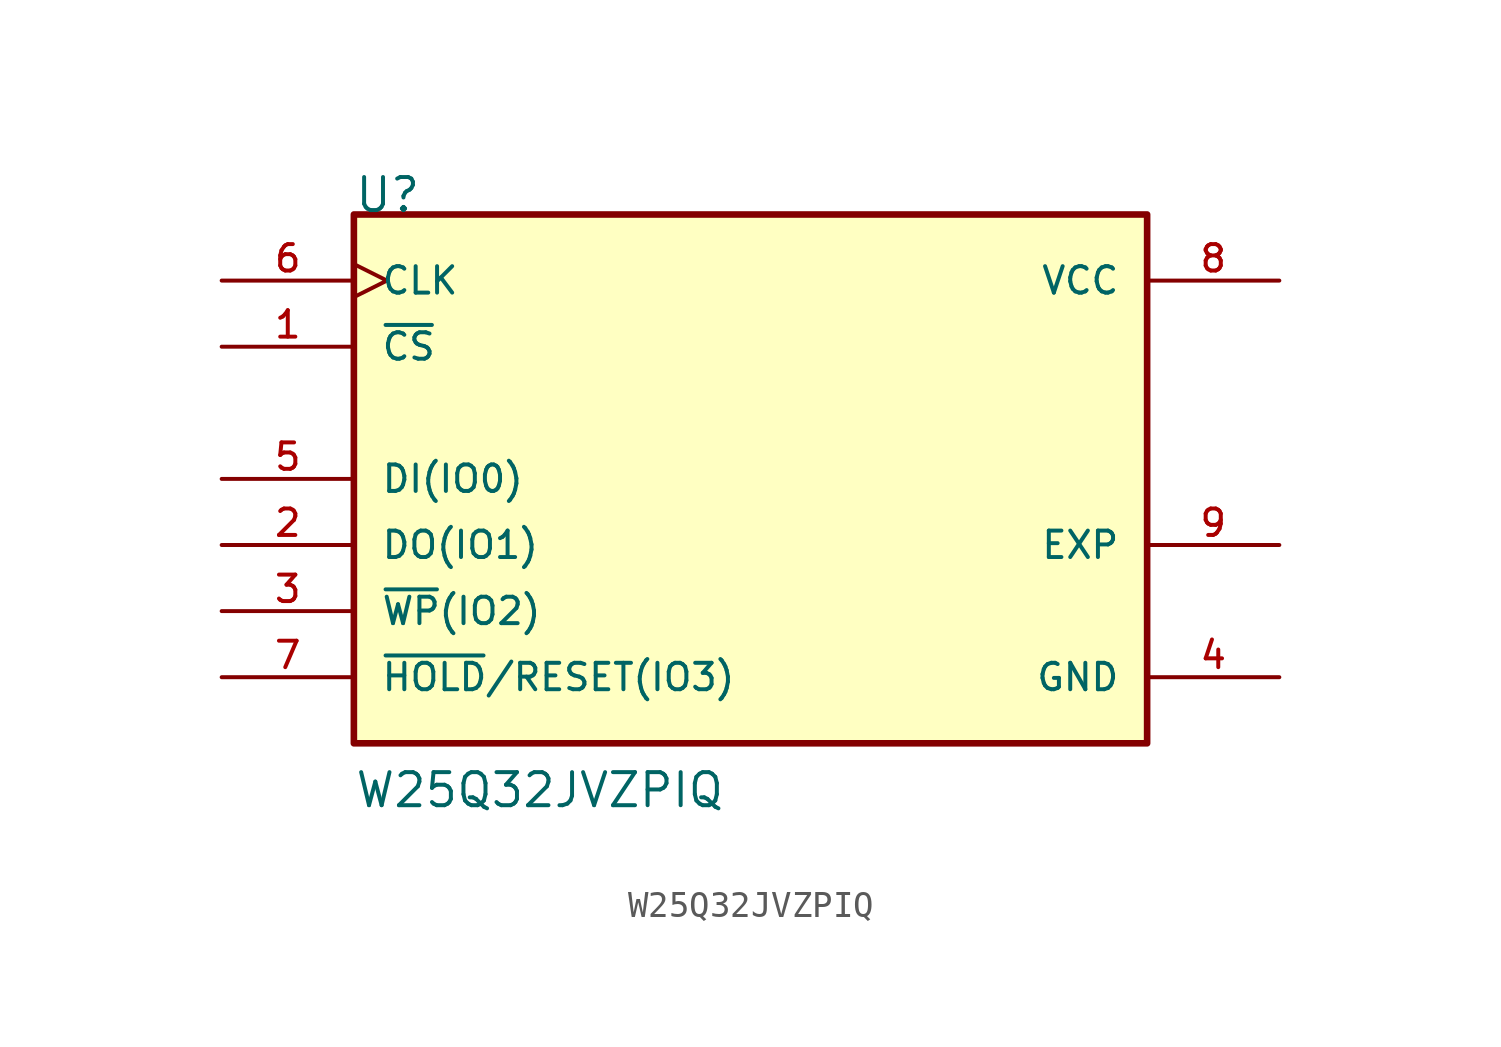
<source format=kicad_sym>
(kicad_symbol_lib
  (version 20211014)
  (generator kicad_symbol_editor)
  (symbol "W25Q32JVZPIQ"
    (pin_names
      (offset 1.016))
    (property "Reference" "U"
      (at -15.249 10.166 0)
      (effects (font (size 1.27 1.27)) (justify bottom left)))
    (property "Value" "W25Q32JVZPIQ"
      (at -15.242 -12.701 0)
      (effects (font (size 1.27 1.27)) (justify bottom left)))
    (symbol "W25Q32JVZPIQ_0_0"
      (rectangle (start -15.24 -10.16) (end 15.24 10.16) (stroke (width 0.254)) (fill (type background)))
      (pin input line (at -20.32 5.08 0) (length 5.08) (name "~{CS}" (effects (font (size 1.016 1.016)))) (number "1" (effects (font (size 1.016 1.016)))))
      (pin bidirectional line (at -20.32 -2.54 0) (length 5.08) (name "DO(IO1)" (effects (font (size 1.016 1.016)))) (number "2" (effects (font (size 1.016 1.016)))))
      (pin bidirectional line (at -20.32 -5.08 0) (length 5.08) (name "~{WP}(IO2)" (effects (font (size 1.016 1.016)))) (number "3" (effects (font (size 1.016 1.016)))))
      (pin power_in line (at 20.32 -7.62 180.0) (length 5.08) (name "GND" (effects (font (size 1.016 1.016)))) (number "4" (effects (font (size 1.016 1.016)))))
      (pin power_in line (at 20.32 7.62 180.0) (length 5.08) (name "VCC" (effects (font (size 1.016 1.016)))) (number "8" (effects (font (size 1.016 1.016)))))
      (pin bidirectional line (at -20.32 -7.62 0) (length 5.08) (name "~{HOLD}/RESET(IO3)" (effects (font (size 1.016 1.016)))) (number "7" (effects (font (size 1.016 1.016)))))
      (pin input clock (at -20.32 7.62 0) (length 5.08) (name "CLK" (effects (font (size 1.016 1.016)))) (number "6" (effects (font (size 1.016 1.016)))))
      (pin bidirectional line (at -20.32 0.0 0) (length 5.08) (name "DI(IO0)" (effects (font (size 1.016 1.016)))) (number "5" (effects (font (size 1.016 1.016)))))
      (pin passive line (at 20.32 -2.54 180.0) (length 5.08) (name "EXP" (effects (font (size 1.016 1.016)))) (number "9" (effects (font (size 1.016 1.016))))))))
</source>
